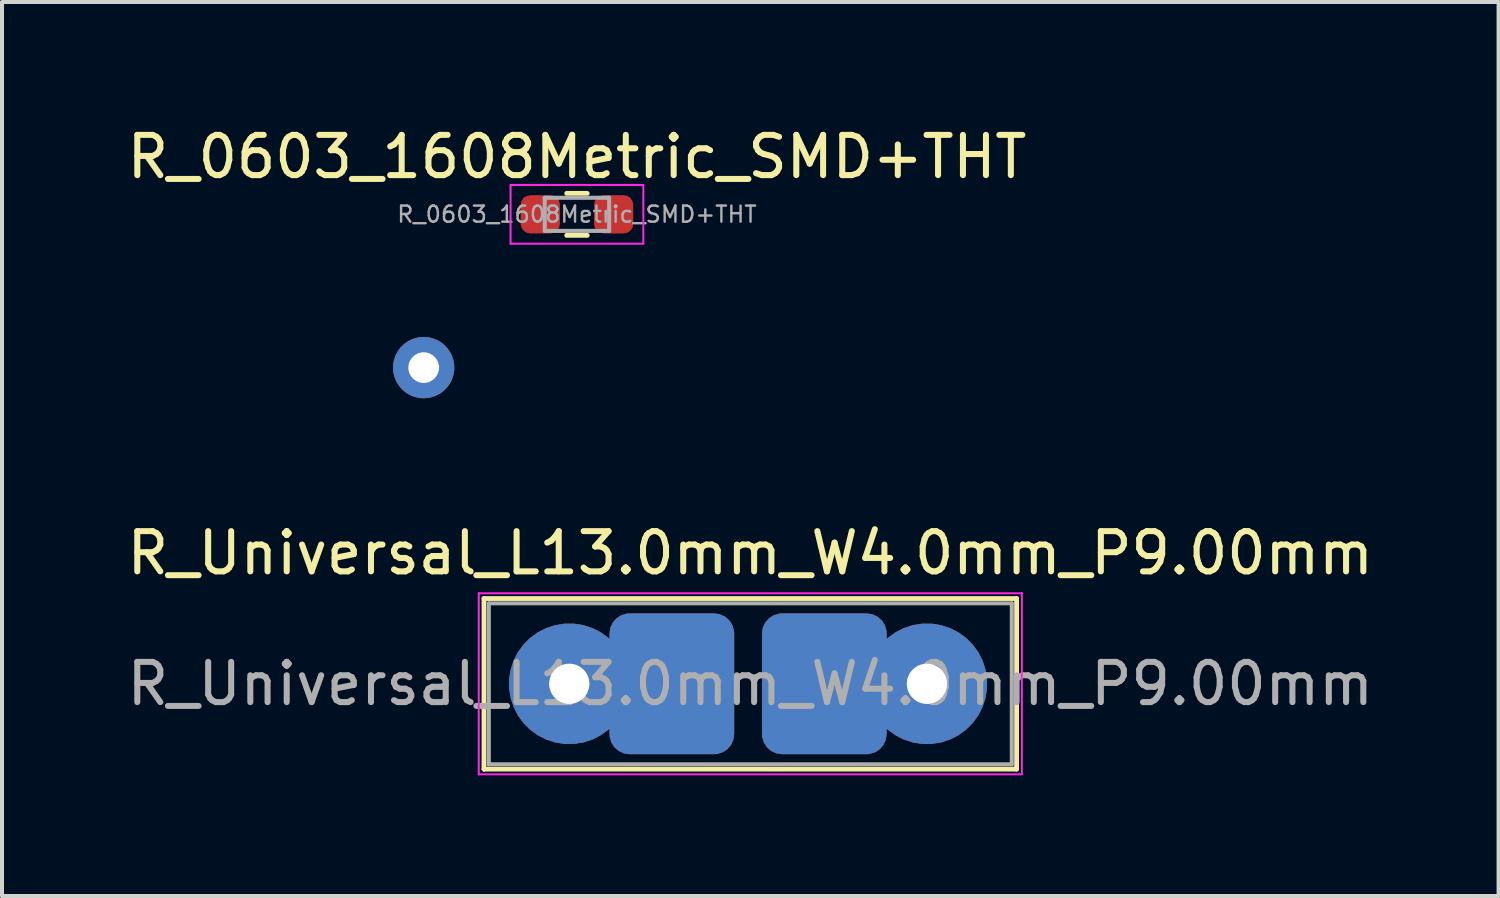
<source format=kicad_pcb>
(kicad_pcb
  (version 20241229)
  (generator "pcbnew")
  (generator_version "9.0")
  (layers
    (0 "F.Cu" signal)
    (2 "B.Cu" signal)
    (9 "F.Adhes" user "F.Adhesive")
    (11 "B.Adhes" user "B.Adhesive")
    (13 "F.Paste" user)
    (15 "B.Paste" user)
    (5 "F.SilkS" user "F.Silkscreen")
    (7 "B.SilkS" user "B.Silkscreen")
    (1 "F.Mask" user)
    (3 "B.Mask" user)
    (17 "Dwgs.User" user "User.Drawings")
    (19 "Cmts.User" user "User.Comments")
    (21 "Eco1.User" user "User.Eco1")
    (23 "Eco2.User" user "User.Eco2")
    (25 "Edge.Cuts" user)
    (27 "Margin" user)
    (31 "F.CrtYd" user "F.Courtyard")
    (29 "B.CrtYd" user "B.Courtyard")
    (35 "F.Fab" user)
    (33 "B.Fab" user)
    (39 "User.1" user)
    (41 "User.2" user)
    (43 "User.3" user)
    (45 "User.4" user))
  (footprint "R_0603_1608Metric_SMD+THT"
    (layer "F.Cu")
    (at 11.292 2.278)
    (property "Reference" "R_0603_1608Metric_SMD+THT" (at 0 -1.43 0) (layer "F.SilkS") (effects (font (size 1 1) (thickness 0.15))))
    (attr smd)
    (fp_line (start -0.255 -0.522) (end 0.255 -0.522) (stroke (width 0.12) (type solid)) (layer "F.SilkS"))
    (fp_line (start -0.255 0.522) (end 0.255 0.522) (stroke (width 0.12) (type solid)) (layer "F.SilkS"))
    (fp_line (start -1.65 -0.73) (end 1.65 -0.73) (stroke (width 0.05) (type solid)) (layer "F.CrtYd"))
    (fp_line (start -1.65 0.73) (end -1.65 -0.73) (stroke (width 0.05) (type solid)) (layer "F.CrtYd"))
    (fp_line (start 1.65 -0.73) (end 1.65 0.73) (stroke (width 0.05) (type solid)) (layer "F.CrtYd"))
    (fp_line (start 1.65 0.73) (end -1.65 0.73) (stroke (width 0.05) (type solid)) (layer "F.CrtYd"))
    (fp_line (start -0.8 -0.412) (end 0.8 -0.412) (stroke (width 0.1) (type solid)) (layer "F.Fab"))
    (fp_line (start -0.8 0.412) (end -0.8 -0.412) (stroke (width 0.1) (type solid)) (layer "F.Fab"))
    (fp_line (start 0.8 -0.412) (end 0.8 0.412) (stroke (width 0.1) (type solid)) (layer "F.Fab"))
    (fp_line (start 0.8 0.412) (end -0.8 0.412) (stroke (width 0.1) (type solid)) (layer "F.Fab"))
    (fp_text user "${REFERENCE}" (at 0 0 0) (layer "F.Fab") (effects (font (size 0.4 0.4) (thickness 0.06))))
    (pad "1" smd roundrect (at -0.912 0) (size 0.975 0.95) (layers "F.Cu" "F.Mask" "F.Paste") (roundrect_rratio 0.25))
    (pad "2" smd roundrect (at 0.912 0) (size 0.975 0.95) (layers "F.Cu" "F.Mask" "F.Paste") (roundrect_rratio 0.25))
    (pad "3" thru_hole circle (at -3.81 3.81) (size 1.524 1.524) (drill 0.762) (layers "*.Cu" "*.Mask")))
  (footprint "R_Universal_L13.0mm_W4.0mm_P9.00mm"
    (layer "F.Cu")
    (at 11.101 13.948)
    (property "Reference" "R_Universal_L13.0mm_W4.0mm_P9.00mm" (at 4.5 -3.25 0) (layer "F.SilkS") (effects (font (size 1 1) (thickness 0.15))))
    (attr through_hole)
    (fp_line (start -2.12 -2.12) (end -2.12 2.12) (stroke (width 0.12) (type solid)) (layer "F.SilkS"))
    (fp_line (start -2.12 -2.12) (end 11.12 -2.12) (stroke (width 0.12) (type solid)) (layer "F.SilkS"))
    (fp_line (start -2.12 2.12) (end 11.12 2.12) (stroke (width 0.12) (type solid)) (layer "F.SilkS"))
    (fp_line (start 11.12 -2.12) (end 11.12 2.12) (stroke (width 0.12) (type solid)) (layer "F.SilkS"))
    (fp_line (start -2.25 -2.25) (end -2.25 2.25) (stroke (width 0.05) (type solid)) (layer "F.CrtYd"))
    (fp_line (start -2.25 2.25) (end 11.25 2.25) (stroke (width 0.05) (type solid)) (layer "F.CrtYd"))
    (fp_line (start 11.25 -2.25) (end -2.25 -2.25) (stroke (width 0.05) (type solid)) (layer "F.CrtYd"))
    (fp_line (start 11.25 2.25) (end 11.25 -2.25) (stroke (width 0.05) (type solid)) (layer "F.CrtYd"))
    (fp_line (start -2 -2) (end -2 2) (stroke (width 0.1) (type solid)) (layer "F.Fab"))
    (fp_line (start -2 2) (end 11 2) (stroke (width 0.1) (type solid)) (layer "F.Fab"))
    (fp_line (start 11 -2) (end -2 -2) (stroke (width 0.1) (type solid)) (layer "F.Fab"))
    (fp_line (start 11 2) (end 11 -2) (stroke (width 0.1) (type solid)) (layer "F.Fab"))
    (fp_text user "${REFERENCE}" (at 4.5 0 0) (layer "F.Fab") (effects (font (size 1 1) (thickness 0.15))))
    (pad "1" thru_hole custom (at 0 0) (size 3 3) (drill 1) (layers "*.Cu" "*.Mask") (options (anchor circle)) (primitives (gr_poly (pts (xy 1.5 1.25) (xy 3.6 1.25) (xy 3.6 -1.25) (xy 1.5 -1.25)) (width 1) (fill yes))))
    (pad "2" thru_hole custom (at 8.89 0 180) (size 3 3) (drill 1) (layers "*.Cu" "*.Mask") (options (anchor circle)) (primitives (gr_poly (pts (xy 1.5 1.25) (xy 3.6 1.25) (xy 3.6 -1.25) (xy 1.5 -1.25)) (width 1) (fill yes)))))
  (gr_rect
    (start -3 -3)
    (end 34.202 19.224)
    (stroke (width 0.1) (type default))
    (fill no)
    (layer "Edge.Cuts")))
</source>
